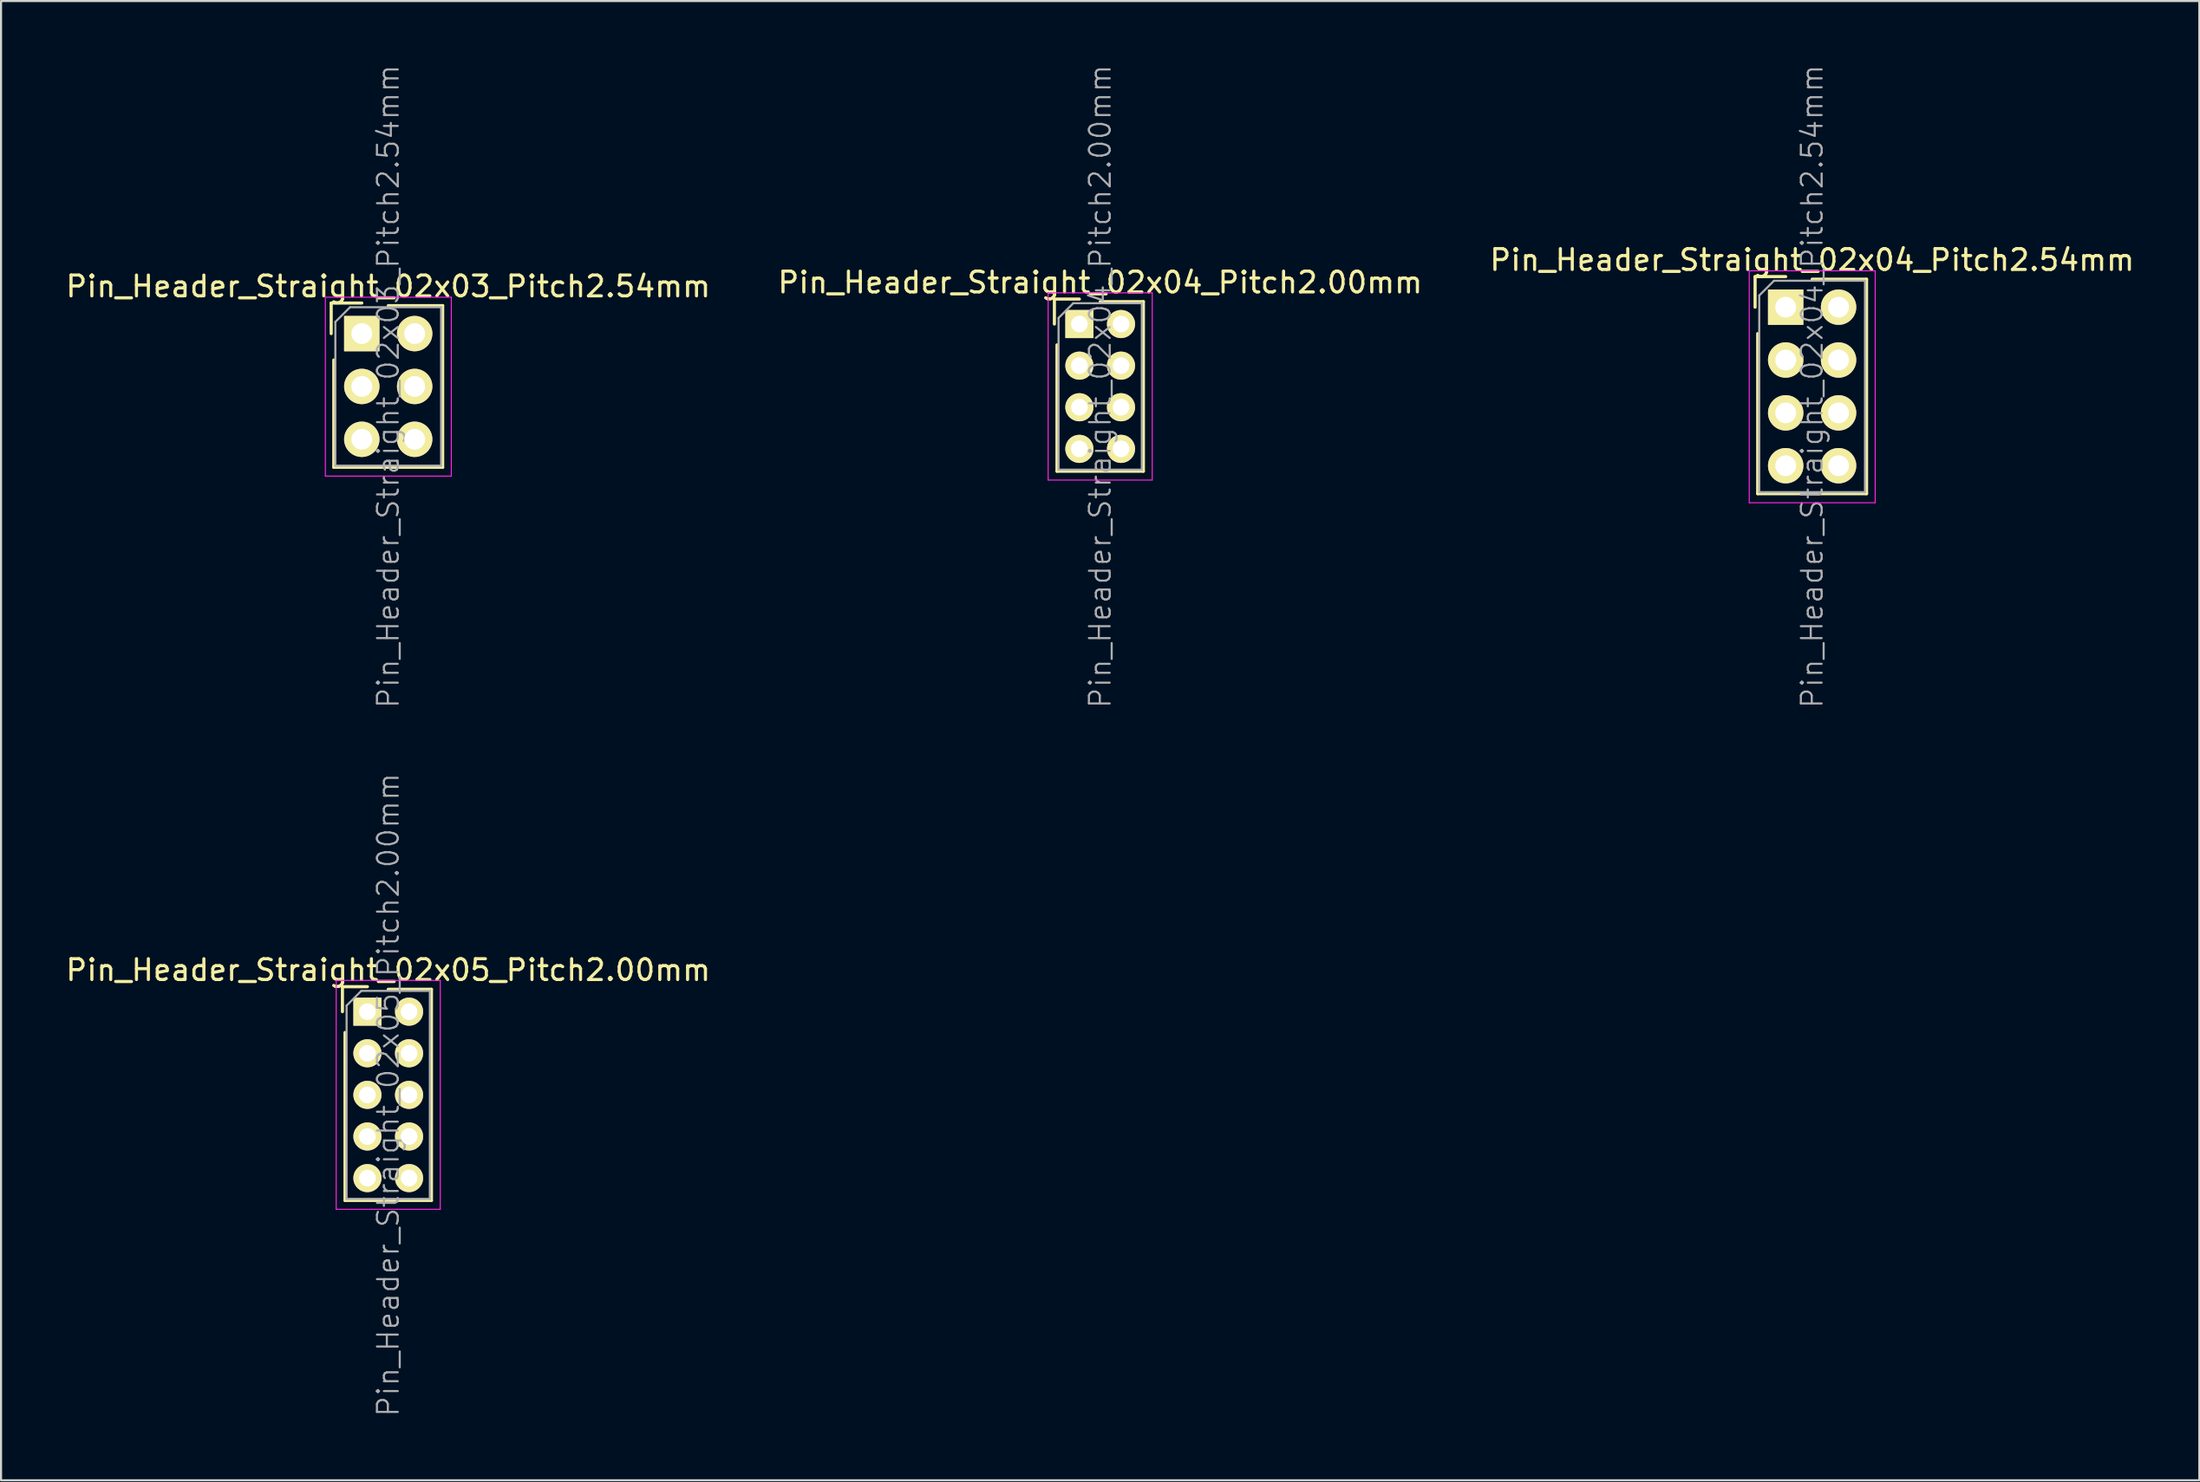
<source format=kicad_pcb>
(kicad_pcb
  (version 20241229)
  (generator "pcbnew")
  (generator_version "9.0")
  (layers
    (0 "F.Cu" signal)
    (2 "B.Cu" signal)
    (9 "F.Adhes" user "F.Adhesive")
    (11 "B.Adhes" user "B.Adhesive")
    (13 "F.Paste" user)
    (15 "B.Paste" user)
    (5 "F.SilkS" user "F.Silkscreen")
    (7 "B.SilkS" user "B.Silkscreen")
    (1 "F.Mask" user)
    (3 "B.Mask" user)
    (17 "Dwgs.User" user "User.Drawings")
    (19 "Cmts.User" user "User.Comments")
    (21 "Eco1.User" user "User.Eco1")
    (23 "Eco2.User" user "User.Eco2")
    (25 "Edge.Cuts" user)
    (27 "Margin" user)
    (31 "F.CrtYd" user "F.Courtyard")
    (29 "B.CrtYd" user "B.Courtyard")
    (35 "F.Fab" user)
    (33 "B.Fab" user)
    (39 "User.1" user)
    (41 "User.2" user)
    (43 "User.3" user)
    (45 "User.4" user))
  (footprint "Pin_Header_Straight_02x05_Pitch2.00mm"
    (layer "F.Cu")
    (at 14.601 45.579)
    (property "Reference" "Pin_Header_Straight_02x05_Pitch2.00mm" (at 1 -2 0) (layer "F.SilkS") (effects (font (size 1 1) (thickness 0.15))))
    (attr smd)
    (fp_line (start -1.2 -1.2) (end -1.2 0) (stroke (width 0.15) (type solid)) (layer "F.SilkS"))
    (fp_line (start -1.2 -1.2) (end 0 -1.2) (stroke (width 0.15) (type solid)) (layer "F.SilkS"))
    (fp_line (start -1.075 1) (end -1.075 9.075) (stroke (width 0.15) (type solid)) (layer "F.SilkS"))
    (fp_line (start -1.075 9.075) (end 3.075 9.075) (stroke (width 0.15) (type solid)) (layer "F.SilkS"))
    (fp_line (start 1 -1.075) (end 3.075 -1.075) (stroke (width 0.15) (type solid)) (layer "F.SilkS"))
    (fp_line (start 3.075 -1.075) (end 3.075 9.075) (stroke (width 0.15) (type solid)) (layer "F.SilkS"))
    (fp_line (start -1.5 -1.5) (end -1.5 9.5) (stroke (width 0.05) (type solid)) (layer "F.CrtYd"))
    (fp_line (start 3.5 -1.5) (end -1.5 -1.5) (stroke (width 0.05) (type solid)) (layer "F.CrtYd"))
    (fp_line (start 3.5 -1.5) (end 3.5 9.5) (stroke (width 0.05) (type solid)) (layer "F.CrtYd"))
    (fp_line (start 3.5 9.5) (end -1.5 9.5) (stroke (width 0.05) (type solid)) (layer "F.CrtYd"))
    (fp_line (start -1 -0.293) (end -0.293 -1) (stroke (width 0.1) (type solid)) (layer "F.Fab"))
    (fp_line (start -1 9) (end -1 -0.293) (stroke (width 0.1) (type solid)) (layer "F.Fab"))
    (fp_line (start 3 -1) (end -0.293 -1) (stroke (width 0.1) (type solid)) (layer "F.Fab"))
    (fp_line (start 3 9) (end -1 9) (stroke (width 0.1) (type solid)) (layer "F.Fab"))
    (fp_line (start 3 9) (end 3 -1) (stroke (width 0.1) (type solid)) (layer "F.Fab"))
    (fp_text user "${REFERENCE}" (at 1 4 90) (layer "F.Fab") (effects (font (size 1 1) (thickness 0.1))))
    (pad "1" thru_hole rect (at 0 0) (size 1.35 1.35) (drill 0.8) (layers "*.Cu" "*.Mask" "F.SilkS"))
    (pad "2" thru_hole oval (at 2 0) (size 1.35 1.35) (drill 0.8) (layers "*.Cu" "*.Mask" "F.SilkS"))
    (pad "3" thru_hole oval (at 0 2) (size 1.35 1.35) (drill 0.8) (layers "*.Cu" "*.Mask" "F.SilkS"))
    (pad "4" thru_hole oval (at 2 2) (size 1.35 1.35) (drill 0.8) (layers "*.Cu" "*.Mask" "F.SilkS"))
    (pad "5" thru_hole oval (at 0 4) (size 1.35 1.35) (drill 0.8) (layers "*.Cu" "*.Mask" "F.SilkS"))
    (pad "6" thru_hole oval (at 2 4) (size 1.35 1.35) (drill 0.8) (layers "*.Cu" "*.Mask" "F.SilkS"))
    (pad "7" thru_hole oval (at 0 6) (size 1.35 1.35) (drill 0.8) (layers "*.Cu" "*.Mask" "F.SilkS"))
    (pad "8" thru_hole oval (at 2 6) (size 1.35 1.35) (drill 0.8) (layers "*.Cu" "*.Mask" "F.SilkS"))
    (pad "9" thru_hole oval (at 0 8) (size 1.35 1.35) (drill 0.8) (layers "*.Cu" "*.Mask" "F.SilkS"))
    (pad "10" thru_hole oval (at 2 8) (size 1.35 1.35) (drill 0.8) (layers "*.Cu" "*.Mask" "F.SilkS")))
  (footprint "Pin_Header_Straight_02x03_Pitch2.54mm"
    (layer "F.Cu")
    (at 14.331 12.986)
    (property "Reference" "Pin_Header_Straight_02x03_Pitch2.54mm" (at 1.27 -2.27 0) (layer "F.SilkS") (effects (font (size 1 1) (thickness 0.15))))
    (attr smd)
    (fp_line (start -1.47 -1.47) (end -1.47 0) (stroke (width 0.15) (type solid)) (layer "F.SilkS"))
    (fp_line (start -1.47 -1.47) (end 0 -1.47) (stroke (width 0.15) (type solid)) (layer "F.SilkS"))
    (fp_line (start -1.345 1.27) (end -1.345 6.425) (stroke (width 0.15) (type solid)) (layer "F.SilkS"))
    (fp_line (start -1.345 6.425) (end 3.885 6.425) (stroke (width 0.15) (type solid)) (layer "F.SilkS"))
    (fp_line (start 1.27 -1.345) (end 3.885 -1.345) (stroke (width 0.15) (type solid)) (layer "F.SilkS"))
    (fp_line (start 3.885 -1.345) (end 3.885 6.425) (stroke (width 0.15) (type solid)) (layer "F.SilkS"))
    (fp_line (start -1.75 -1.75) (end -1.75 6.85) (stroke (width 0.05) (type solid)) (layer "F.CrtYd"))
    (fp_line (start 4.3 -1.75) (end -1.75 -1.75) (stroke (width 0.05) (type solid)) (layer "F.CrtYd"))
    (fp_line (start 4.3 -1.75) (end 4.3 6.85) (stroke (width 0.05) (type solid)) (layer "F.CrtYd"))
    (fp_line (start 4.3 6.85) (end -1.75 6.85) (stroke (width 0.05) (type solid)) (layer "F.CrtYd"))
    (fp_line (start -1.27 -0.563) (end -0.563 -1.27) (stroke (width 0.1) (type solid)) (layer "F.Fab"))
    (fp_line (start -1.27 6.35) (end -1.27 -0.563) (stroke (width 0.1) (type solid)) (layer "F.Fab"))
    (fp_line (start 3.81 -1.27) (end -0.563 -1.27) (stroke (width 0.1) (type solid)) (layer "F.Fab"))
    (fp_line (start 3.81 6.35) (end -1.27 6.35) (stroke (width 0.1) (type solid)) (layer "F.Fab"))
    (fp_line (start 3.81 6.35) (end 3.81 -1.27) (stroke (width 0.1) (type solid)) (layer "F.Fab"))
    (fp_text user "${REFERENCE}" (at 1.27 2.54 90) (layer "F.Fab") (effects (font (size 1 1) (thickness 0.1))))
    (pad "1" thru_hole rect (at 0 0) (size 1.7 1.7) (drill 1) (layers "*.Cu" "*.Mask" "F.SilkS"))
    (pad "2" thru_hole oval (at 2.54 0) (size 1.7 1.7) (drill 1) (layers "*.Cu" "*.Mask" "F.SilkS"))
    (pad "3" thru_hole oval (at 0 2.54) (size 1.7 1.7) (drill 1) (layers "*.Cu" "*.Mask" "F.SilkS"))
    (pad "4" thru_hole oval (at 2.54 2.54) (size 1.7 1.7) (drill 1) (layers "*.Cu" "*.Mask" "F.SilkS"))
    (pad "5" thru_hole oval (at 0 5.08) (size 1.7 1.7) (drill 1) (layers "*.Cu" "*.Mask" "F.SilkS"))
    (pad "6" thru_hole oval (at 2.54 5.08) (size 1.7 1.7) (drill 1) (layers "*.Cu" "*.Mask" "F.SilkS")))
  (footprint "Pin_Header_Straight_02x04_Pitch2.54mm"
    (layer "F.Cu")
    (at 82.736 11.716)
    (property "Reference" "Pin_Header_Straight_02x04_Pitch2.54mm" (at 1.27 -2.27 0) (layer "F.SilkS") (effects (font (size 1 1) (thickness 0.15))))
    (attr smd)
    (fp_line (start -1.47 -1.47) (end -1.47 0) (stroke (width 0.15) (type solid)) (layer "F.SilkS"))
    (fp_line (start -1.47 -1.47) (end 0 -1.47) (stroke (width 0.15) (type solid)) (layer "F.SilkS"))
    (fp_line (start -1.345 1.27) (end -1.345 8.965) (stroke (width 0.15) (type solid)) (layer "F.SilkS"))
    (fp_line (start -1.345 8.965) (end 3.885 8.965) (stroke (width 0.15) (type solid)) (layer "F.SilkS"))
    (fp_line (start 1.27 -1.345) (end 3.885 -1.345) (stroke (width 0.15) (type solid)) (layer "F.SilkS"))
    (fp_line (start 3.885 -1.345) (end 3.885 8.965) (stroke (width 0.15) (type solid)) (layer "F.SilkS"))
    (fp_line (start -1.75 -1.75) (end -1.75 9.4) (stroke (width 0.05) (type solid)) (layer "F.CrtYd"))
    (fp_line (start 4.3 -1.75) (end -1.75 -1.75) (stroke (width 0.05) (type solid)) (layer "F.CrtYd"))
    (fp_line (start 4.3 -1.75) (end 4.3 9.4) (stroke (width 0.05) (type solid)) (layer "F.CrtYd"))
    (fp_line (start 4.3 9.4) (end -1.75 9.4) (stroke (width 0.05) (type solid)) (layer "F.CrtYd"))
    (fp_line (start -1.27 -0.563) (end -0.563 -1.27) (stroke (width 0.1) (type solid)) (layer "F.Fab"))
    (fp_line (start -1.27 8.89) (end -1.27 -0.563) (stroke (width 0.1) (type solid)) (layer "F.Fab"))
    (fp_line (start 3.81 -1.27) (end -0.563 -1.27) (stroke (width 0.1) (type solid)) (layer "F.Fab"))
    (fp_line (start 3.81 8.89) (end -1.27 8.89) (stroke (width 0.1) (type solid)) (layer "F.Fab"))
    (fp_line (start 3.81 8.89) (end 3.81 -1.27) (stroke (width 0.1) (type solid)) (layer "F.Fab"))
    (fp_text user "${REFERENCE}" (at 1.27 3.81 90) (layer "F.Fab") (effects (font (size 1 1) (thickness 0.1))))
    (pad "1" thru_hole rect (at 0 0) (size 1.7 1.7) (drill 1) (layers "*.Cu" "*.Mask" "F.SilkS"))
    (pad "2" thru_hole oval (at 2.54 0) (size 1.7 1.7) (drill 1) (layers "*.Cu" "*.Mask" "F.SilkS"))
    (pad "3" thru_hole oval (at 0 2.54) (size 1.7 1.7) (drill 1) (layers "*.Cu" "*.Mask" "F.SilkS"))
    (pad "4" thru_hole oval (at 2.54 2.54) (size 1.7 1.7) (drill 1) (layers "*.Cu" "*.Mask" "F.SilkS"))
    (pad "5" thru_hole oval (at 0 5.08) (size 1.7 1.7) (drill 1) (layers "*.Cu" "*.Mask" "F.SilkS"))
    (pad "6" thru_hole oval (at 2.54 5.08) (size 1.7 1.7) (drill 1) (layers "*.Cu" "*.Mask" "F.SilkS"))
    (pad "7" thru_hole oval (at 0 7.62) (size 1.7 1.7) (drill 1) (layers "*.Cu" "*.Mask" "F.SilkS"))
    (pad "8" thru_hole oval (at 2.54 7.62) (size 1.7 1.7) (drill 1) (layers "*.Cu" "*.Mask" "F.SilkS")))
  (footprint "Pin_Header_Straight_02x04_Pitch2.00mm"
    (layer "F.Cu")
    (at 48.804 12.526)
    (property "Reference" "Pin_Header_Straight_02x04_Pitch2.00mm" (at 1 -2 0) (layer "F.SilkS") (effects (font (size 1 1) (thickness 0.15))))
    (attr smd)
    (fp_line (start -1.2 -1.2) (end -1.2 0) (stroke (width 0.15) (type solid)) (layer "F.SilkS"))
    (fp_line (start -1.2 -1.2) (end 0 -1.2) (stroke (width 0.15) (type solid)) (layer "F.SilkS"))
    (fp_line (start -1.075 1) (end -1.075 7.075) (stroke (width 0.15) (type solid)) (layer "F.SilkS"))
    (fp_line (start -1.075 7.075) (end 3.075 7.075) (stroke (width 0.15) (type solid)) (layer "F.SilkS"))
    (fp_line (start 1 -1.075) (end 3.075 -1.075) (stroke (width 0.15) (type solid)) (layer "F.SilkS"))
    (fp_line (start 3.075 -1.075) (end 3.075 7.075) (stroke (width 0.15) (type solid)) (layer "F.SilkS"))
    (fp_line (start -1.5 -1.5) (end -1.5 7.5) (stroke (width 0.05) (type solid)) (layer "F.CrtYd"))
    (fp_line (start 3.5 -1.5) (end -1.5 -1.5) (stroke (width 0.05) (type solid)) (layer "F.CrtYd"))
    (fp_line (start 3.5 -1.5) (end 3.5 7.5) (stroke (width 0.05) (type solid)) (layer "F.CrtYd"))
    (fp_line (start 3.5 7.5) (end -1.5 7.5) (stroke (width 0.05) (type solid)) (layer "F.CrtYd"))
    (fp_line (start -1 -0.293) (end -0.293 -1) (stroke (width 0.1) (type solid)) (layer "F.Fab"))
    (fp_line (start -1 7) (end -1 -0.293) (stroke (width 0.1) (type solid)) (layer "F.Fab"))
    (fp_line (start 3 -1) (end -0.293 -1) (stroke (width 0.1) (type solid)) (layer "F.Fab"))
    (fp_line (start 3 7) (end -1 7) (stroke (width 0.1) (type solid)) (layer "F.Fab"))
    (fp_line (start 3 7) (end 3 -1) (stroke (width 0.1) (type solid)) (layer "F.Fab"))
    (fp_text user "${REFERENCE}" (at 1 3 90) (layer "F.Fab") (effects (font (size 1 1) (thickness 0.1))))
    (pad "1" thru_hole rect (at 0 0) (size 1.35 1.35) (drill 0.8) (layers "*.Cu" "*.Mask" "F.SilkS"))
    (pad "2" thru_hole oval (at 2 0) (size 1.35 1.35) (drill 0.8) (layers "*.Cu" "*.Mask" "F.SilkS"))
    (pad "3" thru_hole oval (at 0 2) (size 1.35 1.35) (drill 0.8) (layers "*.Cu" "*.Mask" "F.SilkS"))
    (pad "4" thru_hole oval (at 2 2) (size 1.35 1.35) (drill 0.8) (layers "*.Cu" "*.Mask" "F.SilkS"))
    (pad "5" thru_hole oval (at 0 4) (size 1.35 1.35) (drill 0.8) (layers "*.Cu" "*.Mask" "F.SilkS"))
    (pad "6" thru_hole oval (at 2 4) (size 1.35 1.35) (drill 0.8) (layers "*.Cu" "*.Mask" "F.SilkS"))
    (pad "7" thru_hole oval (at 0 6) (size 1.35 1.35) (drill 0.8) (layers "*.Cu" "*.Mask" "F.SilkS"))
    (pad "8" thru_hole oval (at 2 6) (size 1.35 1.35) (drill 0.8) (layers "*.Cu" "*.Mask" "F.SilkS")))
  (gr_rect
    (start -3 -3)
    (end 102.607 68.105)
    (stroke (width 0.1) (type default))
    (fill no)
    (layer "Edge.Cuts")))
</source>
